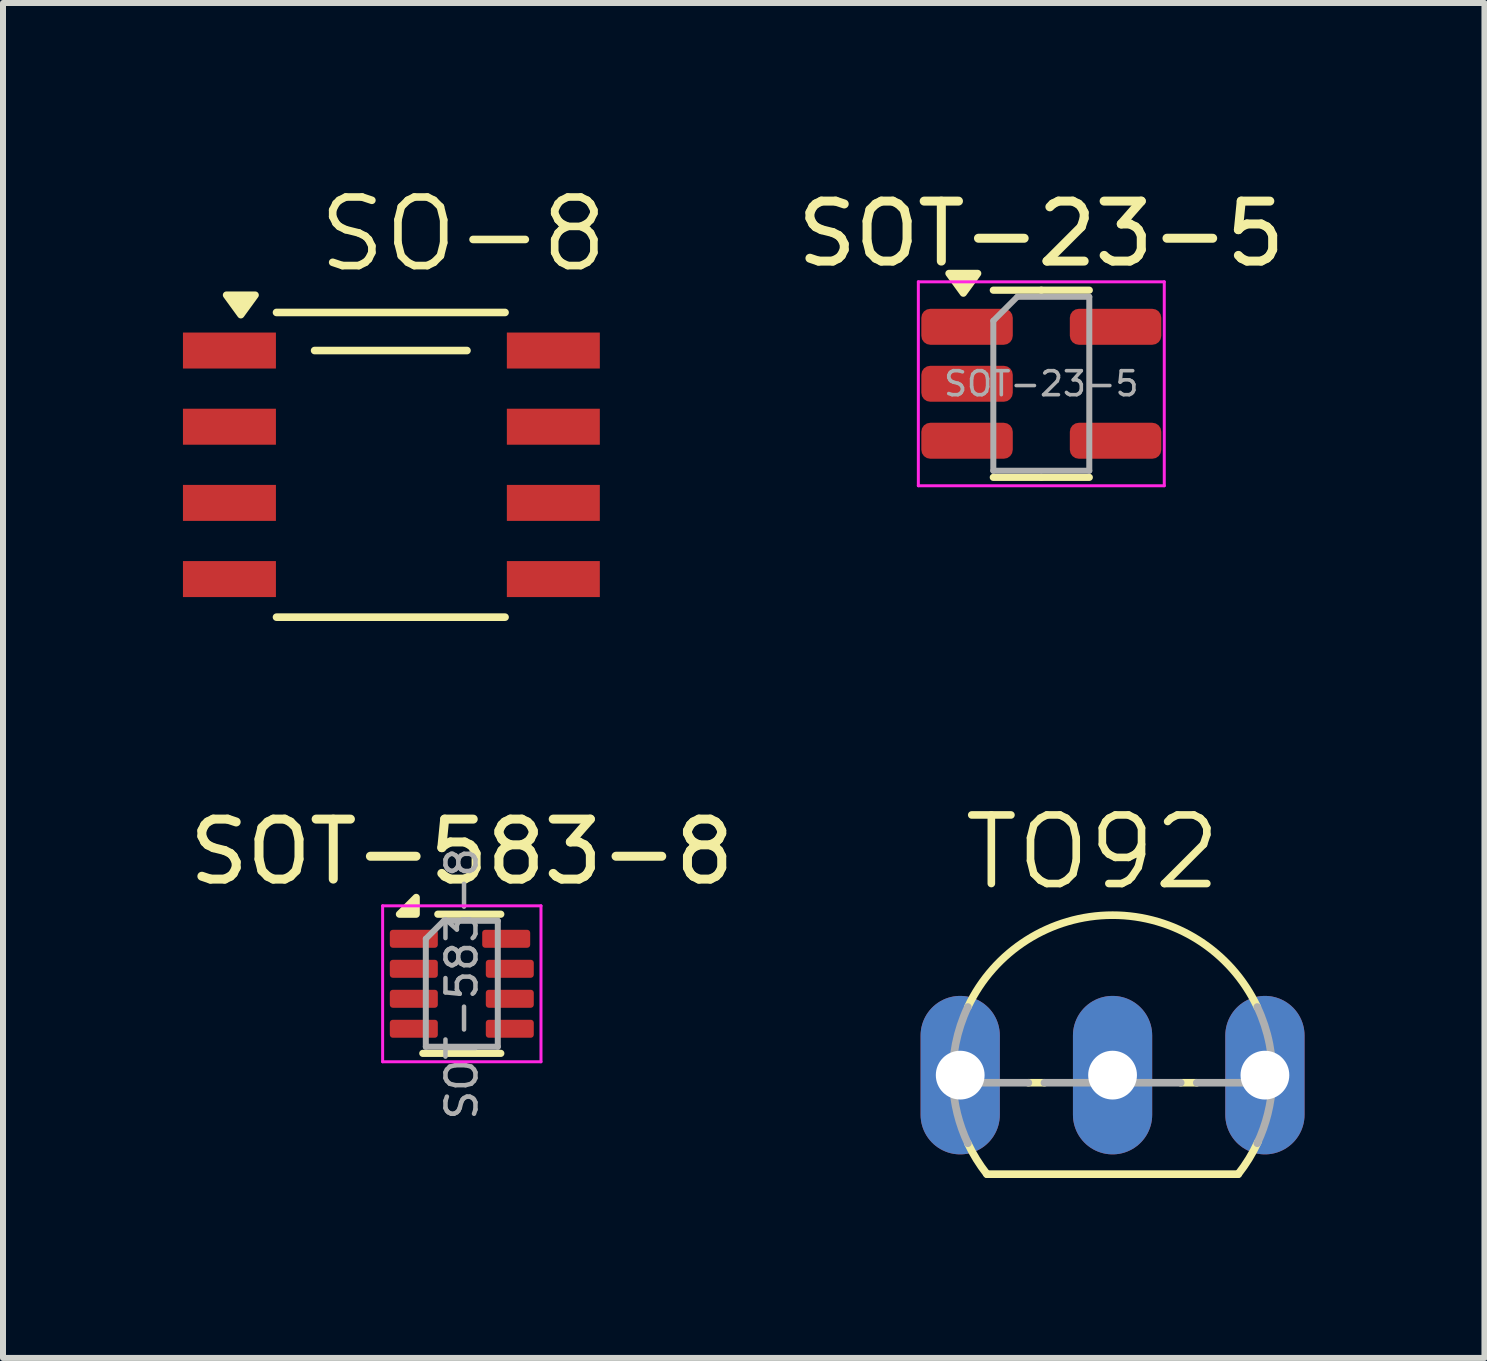
<source format=kicad_pcb>
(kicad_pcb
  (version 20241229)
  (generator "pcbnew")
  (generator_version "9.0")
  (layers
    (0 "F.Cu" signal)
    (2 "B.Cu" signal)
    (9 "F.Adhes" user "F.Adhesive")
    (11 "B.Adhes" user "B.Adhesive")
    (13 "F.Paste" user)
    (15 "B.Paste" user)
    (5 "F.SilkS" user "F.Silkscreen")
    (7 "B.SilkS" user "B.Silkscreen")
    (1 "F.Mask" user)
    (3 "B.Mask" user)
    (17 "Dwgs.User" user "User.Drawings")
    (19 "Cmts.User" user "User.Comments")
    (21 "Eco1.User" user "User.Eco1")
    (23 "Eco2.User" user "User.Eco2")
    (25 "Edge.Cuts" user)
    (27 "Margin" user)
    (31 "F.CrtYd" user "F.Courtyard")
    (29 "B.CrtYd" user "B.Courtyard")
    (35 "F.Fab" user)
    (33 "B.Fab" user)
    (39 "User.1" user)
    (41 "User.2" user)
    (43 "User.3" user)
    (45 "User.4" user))
  (footprint "SOT-583-8"
    (layer "F.Cu")
    (at 4.649 13.351)
    (property "Reference" "SOT-583-8" (at 0 -2.2 0) (unlocked yes) (layer "F.SilkS") (effects (font (size 1 1) (thickness 0.15))))
    (attr smd)
    (fp_line (start 0.65 -1.16) (end -0.4 -1.16) (stroke (width 0.12) (type default)) (layer "F.SilkS"))
    (fp_line (start 0.65 1.16) (end -0.65 1.16) (stroke (width 0.12) (type default)) (layer "F.SilkS"))
    (fp_poly (pts (xy -0.76 -1.16) (xy -1.04 -1.16) (xy -0.76 -1.44) (xy -0.76 -1.16)) (stroke (width 0.12) (type solid)) (fill yes) (layer "F.SilkS"))
    (fp_line (start -1.32 -1.3) (end 1.32 -1.3) (stroke (width 0.05) (type default)) (layer "F.CrtYd"))
    (fp_line (start -1.32 1.3) (end -1.32 -1.3) (stroke (width 0.05) (type default)) (layer "F.CrtYd"))
    (fp_line (start 1.32 -1.3) (end 1.32 1.3) (stroke (width 0.05) (type default)) (layer "F.CrtYd"))
    (fp_line (start 1.32 1.3) (end -1.32 1.3) (stroke (width 0.05) (type default)) (layer "F.CrtYd"))
    (fp_line (start -0.6 -0.75) (end -0.6 1.05) (stroke (width 0.1) (type default)) (layer "F.Fab"))
    (fp_line (start -0.6 1.05) (end 0.6 1.05) (stroke (width 0.1) (type default)) (layer "F.Fab"))
    (fp_line (start -0.3 -1.05) (end -0.6 -0.75) (stroke (width 0.1) (type default)) (layer "F.Fab"))
    (fp_line (start 0.6 -1.05) (end -0.3 -1.05) (stroke (width 0.1) (type default)) (layer "F.Fab"))
    (fp_line (start 0.6 -1.05) (end 0.6 1.05) (stroke (width 0.1) (type default)) (layer "F.Fab"))
    (fp_text user "${REFERENCE}" (at 0 0 90) (unlocked yes) (layer "F.Fab") (effects (font (size 0.5 0.5) (thickness 0.075))))
    (pad "1" smd roundrect (at -0.8 -0.75) (size 0.8 0.3) (layers "F.Cu" "F.Mask" "F.Paste") (roundrect_rratio 0.167))
    (pad "2" smd roundrect (at -0.8 -0.25) (size 0.8 0.3) (layers "F.Cu" "F.Mask" "F.Paste") (roundrect_rratio 0.167))
    (pad "3" smd roundrect (at -0.8 0.25) (size 0.8 0.3) (layers "F.Cu" "F.Mask" "F.Paste") (roundrect_rratio 0.167))
    (pad "4" smd roundrect (at -0.8 0.75) (size 0.8 0.3) (layers "F.Cu" "F.Mask" "F.Paste") (roundrect_rratio 0.167))
    (pad "5" smd roundrect (at 0.8 0.75) (size 0.8 0.3) (layers "F.Cu" "F.Mask" "F.Paste") (roundrect_rratio 0.167))
    (pad "6" smd roundrect (at 0.8 0.25) (size 0.8 0.3) (layers "F.Cu" "F.Mask" "F.Paste") (roundrect_rratio 0.167))
    (pad "7" smd roundrect (at 0.8 -0.25) (size 0.8 0.3) (layers "F.Cu" "F.Mask" "F.Paste") (roundrect_rratio 0.167))
    (pad "8" smd roundrect (at 0.74 -0.75) (size 0.8 0.3) (layers "F.Cu" "F.Mask" "F.Paste") (roundrect_rratio 0.167)))
  (footprint "TO92"
    (layer "F.Cu")
    (at 15.498 14.874)
    (property "Reference" "TO92" (at -2.54 -3.048 0) (layer "F.SilkS") (effects (font (size 1.143 1.143) (thickness 0.127)) (justify left bottom)))
    (fp_line (start -2.095 1.651) (end 2.095 1.651) (stroke (width 0.127) (type solid)) (layer "F.SilkS"))
    (fp_line (start -1.136 0.127) (end -1.404 0.127) (stroke (width 0.127) (type solid)) (layer "F.SilkS"))
    (fp_line (start 1.404 0.127) (end 1.136 0.127) (stroke (width 0.127) (type solid)) (layer "F.SilkS"))
    (fp_arc (start -2.413 -1.1359) (mid -0.000001 -2.666986) (end 2.412999 -1.135901) (stroke (width 0.127) (type solid)) (layer "F.SilkS"))
    (fp_arc (start -2.0945 1.651) (mid -2.268418 1.40252) (end -2.413 1.1359) (stroke (width 0.127) (type solid)) (layer "F.SilkS"))
    (fp_arc (start 2.4242 1.1118) (mid 2.275378 1.391201) (end 2.0945 1.651) (stroke (width 0.127) (type solid)) (layer "F.SilkS"))
    (fp_line (start -1.404 0.127) (end -2.664 0.127) (stroke (width 0.127) (type solid)) (layer "F.Fab"))
    (fp_line (start 1.136 0.127) (end -1.136 0.127) (stroke (width 0.127) (type solid)) (layer "F.Fab"))
    (fp_line (start 2.664 0.127) (end 1.404 0.127) (stroke (width 0.127) (type solid)) (layer "F.Fab"))
    (fp_arc (start -2.664 0.127) (mid -2.615858 -0.519825) (end -2.413 -1.1359) (stroke (width 0.127) (type solid)) (layer "F.Fab"))
    (fp_arc (start -2.413 1.1359) (mid -2.588137 0.643799) (end -2.664 0.127) (stroke (width 0.127) (type solid)) (layer "F.Fab"))
    (fp_arc (start 2.413 -1.1359) (mid 2.615858 -0.519825) (end 2.664 0.127) (stroke (width 0.127) (type solid)) (layer "F.Fab"))
    (fp_arc (start 2.664 0.127) (mid 2.588137 0.643799) (end 2.413 1.1359) (stroke (width 0.127) (type solid)) (layer "F.Fab"))
    (pad "1" thru_hole oval (at 2.54 0 90) (size 2.642 1.321) (drill 0.813) (layers "*.Cu" "*.Mask"))
    (pad "2" thru_hole oval (at 0 0 90) (size 2.642 1.321) (drill 0.813) (layers "*.Cu" "*.Mask"))
    (pad "3" thru_hole oval (at -2.54 0 90) (size 2.642 1.321) (drill 0.813) (layers "*.Cu" "*.Mask")))
  (footprint "SO-8"
    (layer "F.Cu")
    (at 3.465 4.699)
    (property "Reference" "SO-8" (at -1.27 -3.175 0) (layer "F.SilkS") (effects (font (size 1.143 1.143) (thickness 0.127)) (justify left bottom)))
    (fp_line (start 1.27 -1.905) (end -1.27 -1.905) (stroke (width 0.127) (type solid)) (layer "F.SilkS"))
    (fp_line (start 1.905 -2.54) (end -1.905 -2.54) (stroke (width 0.127) (type solid)) (layer "F.SilkS"))
    (fp_line (start 1.905 2.54) (end -1.905 2.54) (stroke (width 0.127) (type solid)) (layer "F.SilkS"))
    (fp_poly (pts (xy -2.5 -2.5) (xy -2.74 -2.83) (xy -2.26 -2.83) (xy -2.5 -2.5)) (stroke (width 0.12) (type solid)) (fill yes) (layer "F.SilkS"))
    (pad "1" smd rect (at -2.69 -1.905 270) (size 0.6 1.55) (layers "F.Cu" "F.Mask" "F.Paste"))
    (pad "2" smd rect (at -2.69 -0.635 270) (size 0.6 1.55) (layers "F.Cu" "F.Mask" "F.Paste"))
    (pad "3" smd rect (at -2.69 0.635 270) (size 0.6 1.55) (layers "F.Cu" "F.Mask" "F.Paste"))
    (pad "4" smd rect (at -2.69 1.905 270) (size 0.6 1.55) (layers "F.Cu" "F.Mask" "F.Paste"))
    (pad "5" smd rect (at 2.71 1.905 270) (size 0.6 1.55) (layers "F.Cu" "F.Mask" "F.Paste"))
    (pad "6" smd rect (at 2.71 0.635 270) (size 0.6 1.55) (layers "F.Cu" "F.Mask" "F.Paste"))
    (pad "7" smd rect (at 2.71 -0.635 270) (size 0.6 1.55) (layers "F.Cu" "F.Mask" "F.Paste"))
    (pad "8" smd rect (at 2.71 -1.905 270) (size 0.6 1.55) (layers "F.Cu" "F.Mask" "F.Paste")))
  (footprint "SOT-23-5"
    (layer "F.Cu")
    (at 14.31 3.348)
    (property "Reference" "SOT-23-5" (at 0 -2.5 0) (layer "F.SilkS") (effects (font (size 1 1) (thickness 0.15))))
    (attr smd)
    (fp_line (start 0 -1.56) (end -0.8 -1.56) (stroke (width 0.12) (type solid)) (layer "F.SilkS"))
    (fp_line (start 0 -1.56) (end 0.8 -1.56) (stroke (width 0.12) (type solid)) (layer "F.SilkS"))
    (fp_line (start 0 1.56) (end -0.8 1.56) (stroke (width 0.12) (type solid)) (layer "F.SilkS"))
    (fp_line (start 0 1.56) (end 0.8 1.56) (stroke (width 0.12) (type solid)) (layer "F.SilkS"))
    (fp_poly (pts (xy -1.3 -1.51) (xy -1.54 -1.84) (xy -1.06 -1.84) (xy -1.3 -1.51)) (stroke (width 0.12) (type solid)) (fill yes) (layer "F.SilkS"))
    (fp_line (start -2.05 -1.7) (end -2.05 1.7) (stroke (width 0.05) (type solid)) (layer "F.CrtYd"))
    (fp_line (start -2.05 1.7) (end 2.05 1.7) (stroke (width 0.05) (type solid)) (layer "F.CrtYd"))
    (fp_line (start 2.05 -1.7) (end -2.05 -1.7) (stroke (width 0.05) (type solid)) (layer "F.CrtYd"))
    (fp_line (start 2.05 1.7) (end 2.05 -1.7) (stroke (width 0.05) (type solid)) (layer "F.CrtYd"))
    (fp_line (start -0.8 -1.05) (end -0.4 -1.45) (stroke (width 0.1) (type solid)) (layer "F.Fab"))
    (fp_line (start -0.8 1.45) (end -0.8 -1.05) (stroke (width 0.1) (type solid)) (layer "F.Fab"))
    (fp_line (start -0.4 -1.45) (end 0.8 -1.45) (stroke (width 0.1) (type solid)) (layer "F.Fab"))
    (fp_line (start 0.8 -1.45) (end 0.8 1.45) (stroke (width 0.1) (type solid)) (layer "F.Fab"))
    (fp_line (start 0.8 1.45) (end -0.8 1.45) (stroke (width 0.1) (type solid)) (layer "F.Fab"))
    (fp_text user "${REFERENCE}" (at 0 0 0) (layer "F.Fab") (effects (font (size 0.4 0.4) (thickness 0.06))))
    (pad "1" smd roundrect (at -1.238 -0.95) (size 1.525 0.6) (layers "F.Cu" "F.Mask" "F.Paste") (roundrect_rratio 0.25))
    (pad "2" smd roundrect (at -1.238 0) (size 1.525 0.6) (layers "F.Cu" "F.Mask" "F.Paste") (roundrect_rratio 0.25))
    (pad "3" smd roundrect (at -1.238 0.95) (size 1.525 0.6) (layers "F.Cu" "F.Mask" "F.Paste") (roundrect_rratio 0.25))
    (pad "4" smd roundrect (at 1.238 0.95) (size 1.525 0.6) (layers "F.Cu" "F.Mask" "F.Paste") (roundrect_rratio 0.25))
    (pad "5" smd roundrect (at 1.238 -0.95) (size 1.525 0.6) (layers "F.Cu" "F.Mask" "F.Paste") (roundrect_rratio 0.25)))
  (gr_rect
    (start -3 -3)
    (end 21.698 19.589)
    (stroke (width 0.1) (type default))
    (fill no)
    (layer "Edge.Cuts")))
</source>
